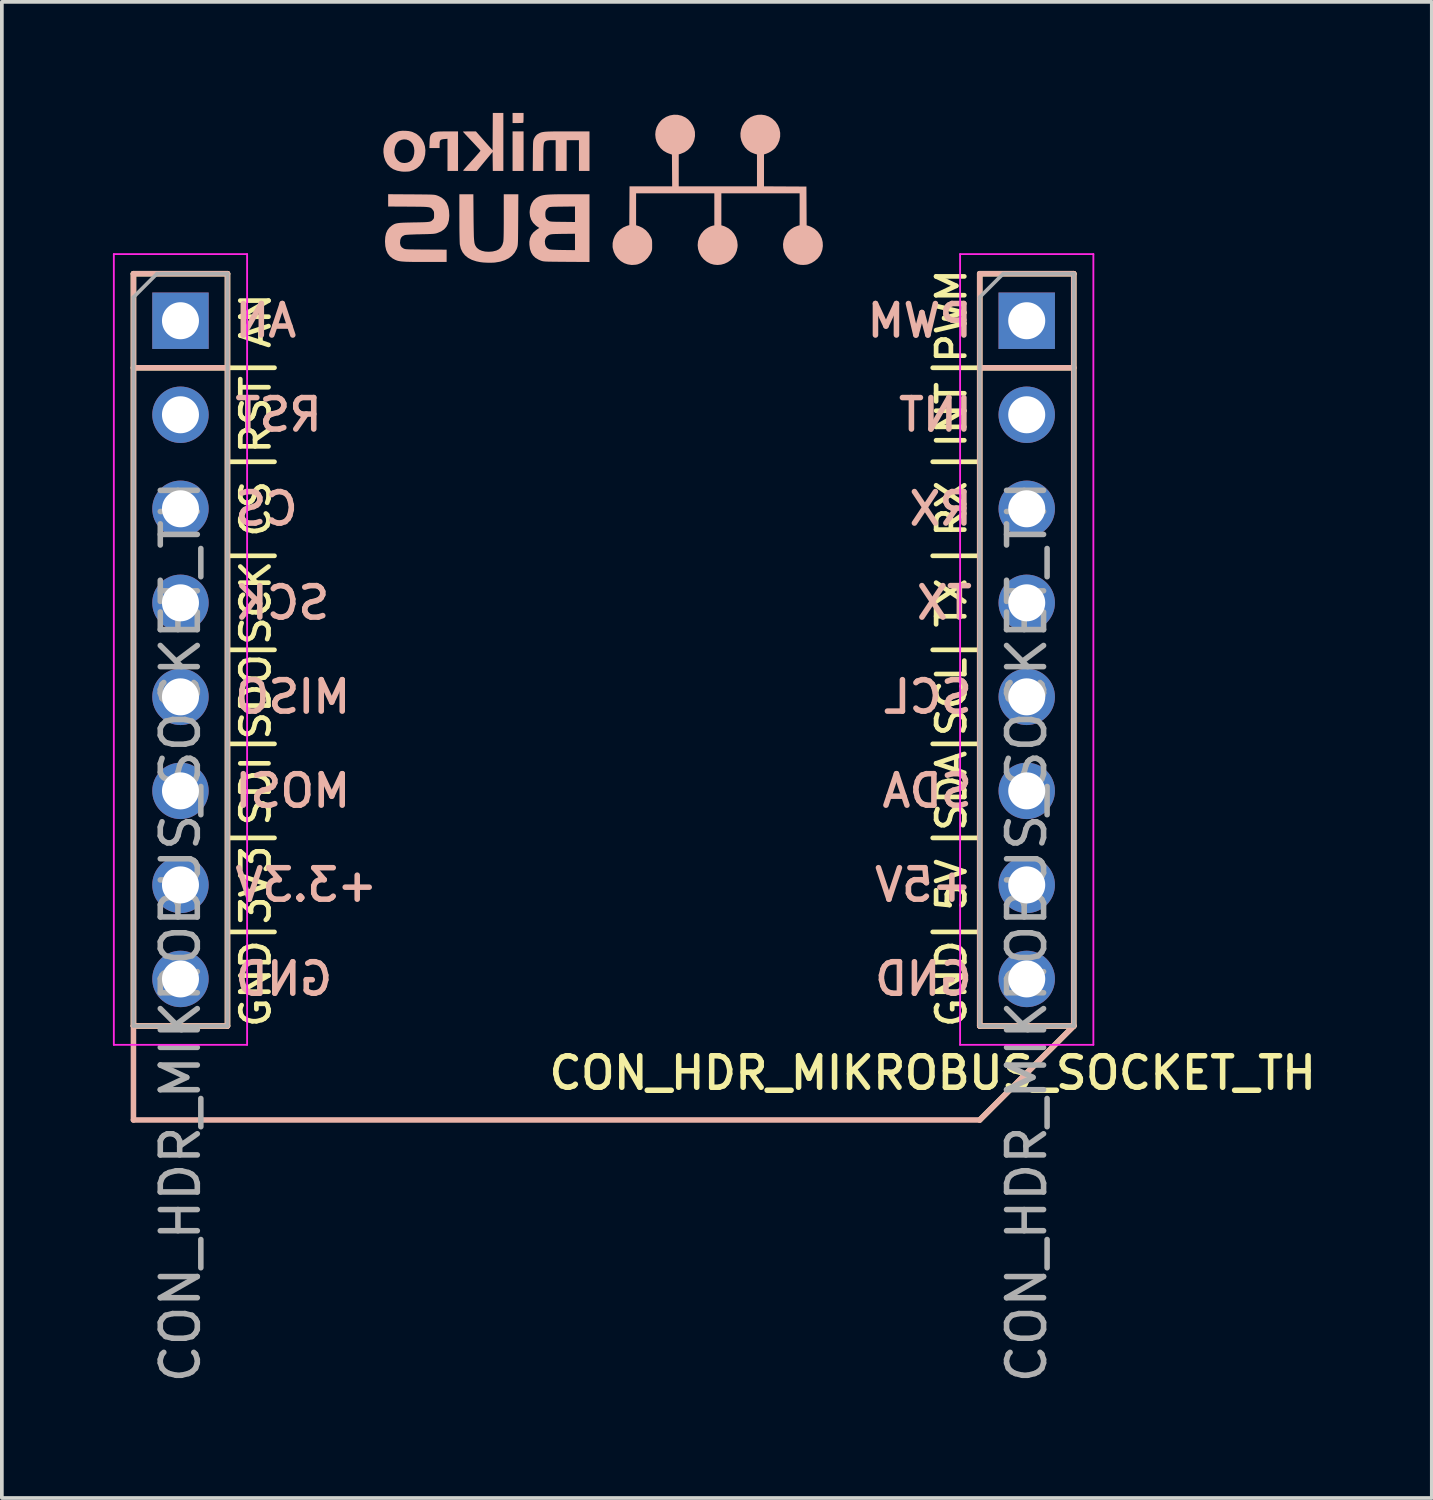
<source format=kicad_pcb>
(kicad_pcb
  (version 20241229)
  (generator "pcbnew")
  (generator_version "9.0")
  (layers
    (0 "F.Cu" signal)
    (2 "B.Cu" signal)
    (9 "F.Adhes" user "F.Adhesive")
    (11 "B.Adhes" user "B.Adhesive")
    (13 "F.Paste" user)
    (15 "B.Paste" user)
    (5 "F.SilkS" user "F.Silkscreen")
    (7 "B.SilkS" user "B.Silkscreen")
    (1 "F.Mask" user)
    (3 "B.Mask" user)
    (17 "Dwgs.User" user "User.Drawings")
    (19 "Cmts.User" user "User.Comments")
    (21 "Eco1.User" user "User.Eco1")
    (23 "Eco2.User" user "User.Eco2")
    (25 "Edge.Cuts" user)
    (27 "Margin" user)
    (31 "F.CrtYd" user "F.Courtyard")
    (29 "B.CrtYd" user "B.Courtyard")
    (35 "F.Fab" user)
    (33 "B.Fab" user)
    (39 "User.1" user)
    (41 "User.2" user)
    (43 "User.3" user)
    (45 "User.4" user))
  (footprint "CON_HDR_MIKROBUS_SOCKET_TH"
    (layer "F.Cu")
    (at 13.255 14.504)
    (property "Reference" "CON_HDR_MIKROBUS_SOCKET_TH" (at 8.89 11.43 0) (layer "F.SilkS") (effects (font (size 0.85 0.85) (thickness 0.15))))
    (attr through_hole exclude_from_pos_files exclude_from_bom)
    (fp_line (start -12.7 -10.16) (end -12.7 10.16) (stroke (width 0.15) (type solid)) (layer "F.SilkS"))
    (fp_line (start -12.7 -10.16) (end -10.16 -10.16) (stroke (width 0.15) (type solid)) (layer "F.SilkS"))
    (fp_line (start -12.7 -7.62) (end -10.16 -7.62) (stroke (width 0.15) (type solid)) (layer "F.SilkS"))
    (fp_line (start -12.7 10.16) (end -10.16 10.16) (stroke (width 0.15) (type solid)) (layer "F.SilkS"))
    (fp_line (start -10.16 -10.16) (end -10.16 10.16) (stroke (width 0.15) (type solid)) (layer "F.SilkS"))
    (fp_line (start -10.16 -7.62) (end -8.89 -7.62) (stroke (width 0.127) (type solid)) (layer "F.SilkS"))
    (fp_line (start -10.16 -5.08) (end -8.89 -5.08) (stroke (width 0.127) (type solid)) (layer "F.SilkS"))
    (fp_line (start -10.16 -2.54) (end -8.89 -2.54) (stroke (width 0.127) (type solid)) (layer "F.SilkS"))
    (fp_line (start -10.16 0) (end -8.89 0) (stroke (width 0.127) (type solid)) (layer "F.SilkS"))
    (fp_line (start -10.16 2.54) (end -8.89 2.54) (stroke (width 0.127) (type solid)) (layer "F.SilkS"))
    (fp_line (start -10.16 5.08) (end -8.89 5.08) (stroke (width 0.127) (type solid)) (layer "F.SilkS"))
    (fp_line (start -10.16 7.62) (end -8.89 7.62) (stroke (width 0.127) (type solid)) (layer "F.SilkS"))
    (fp_line (start 8.89 -7.62) (end 10.16 -7.62) (stroke (width 0.127) (type solid)) (layer "F.SilkS"))
    (fp_line (start 8.89 -5.08) (end 10.16 -5.08) (stroke (width 0.127) (type solid)) (layer "F.SilkS"))
    (fp_line (start 8.89 -2.54) (end 10.16 -2.54) (stroke (width 0.127) (type solid)) (layer "F.SilkS"))
    (fp_line (start 8.89 0) (end 10.16 0) (stroke (width 0.127) (type solid)) (layer "F.SilkS"))
    (fp_line (start 8.89 2.54) (end 10.16 2.54) (stroke (width 0.127) (type solid)) (layer "F.SilkS"))
    (fp_line (start 8.89 5.08) (end 10.16 5.08) (stroke (width 0.127) (type solid)) (layer "F.SilkS"))
    (fp_line (start 8.89 7.62) (end 10.16 7.62) (stroke (width 0.127) (type solid)) (layer "F.SilkS"))
    (fp_line (start 10.16 -10.16) (end 10.16 10.16) (stroke (width 0.15) (type solid)) (layer "F.SilkS"))
    (fp_line (start 10.16 -10.16) (end 12.7 -10.16) (stroke (width 0.15) (type solid)) (layer "F.SilkS"))
    (fp_line (start 10.16 -7.62) (end 12.7 -7.62) (stroke (width 0.15) (type solid)) (layer "F.SilkS"))
    (fp_line (start 10.16 10.16) (end 12.7 10.16) (stroke (width 0.15) (type solid)) (layer "F.SilkS"))
    (fp_line (start 12.7 -10.16) (end 12.7 10.16) (stroke (width 0.15) (type solid)) (layer "F.SilkS"))
    (fp_line (start 12.7 10.16) (end 10.16 12.7) (stroke (width 0.15) (type solid)) (layer "F.SilkS"))
    (fp_line (start -12.7 -10.16) (end -12.7 10.16) (stroke (width 0.15) (type solid)) (layer "B.SilkS"))
    (fp_line (start -12.7 12.7) (end -12.7 10.16) (stroke (width 0.15) (type solid)) (layer "B.SilkS"))
    (fp_line (start -10.16 -10.16) (end -12.7 -10.16) (stroke (width 0.15) (type solid)) (layer "B.SilkS"))
    (fp_line (start -10.16 -10.16) (end -10.16 10.16) (stroke (width 0.15) (type solid)) (layer "B.SilkS"))
    (fp_line (start -10.16 -7.62) (end -12.7 -7.62) (stroke (width 0.15) (type solid)) (layer "B.SilkS"))
    (fp_line (start -10.16 10.16) (end -12.7 10.16) (stroke (width 0.15) (type solid)) (layer "B.SilkS"))
    (fp_line (start 10.16 -10.16) (end 10.16 10.16) (stroke (width 0.15) (type solid)) (layer "B.SilkS"))
    (fp_line (start 10.16 12.7) (end -12.7 12.7) (stroke (width 0.15) (type solid)) (layer "B.SilkS"))
    (fp_line (start 12.7 -10.16) (end 10.16 -10.16) (stroke (width 0.15) (type solid)) (layer "B.SilkS"))
    (fp_line (start 12.7 -10.16) (end 12.7 10.16) (stroke (width 0.15) (type solid)) (layer "B.SilkS"))
    (fp_line (start 12.7 -7.62) (end 10.16 -7.62) (stroke (width 0.15) (type solid)) (layer "B.SilkS"))
    (fp_line (start 12.7 10.16) (end 10.16 10.16) (stroke (width 0.15) (type solid)) (layer "B.SilkS"))
    (fp_line (start 12.7 10.16) (end 10.16 12.7) (stroke (width 0.15) (type solid)) (layer "B.SilkS"))
    (fp_poly (pts (xy -2.459 -12.936) (xy -2.162 -12.936) (xy -2.162 -14.005) (xy -2.459 -14.005)) (stroke (width 0) (type solid)) (fill yes) (layer "B.SilkS"))
    (fp_poly (pts (xy -2.459 -14.23) (xy -2.319 -14.23) (xy -2.263 -14.231) (xy -2.216 -14.233) (xy -2.184 -14.235) (xy -2.17 -14.238) (xy -2.167 -14.253) (xy -2.164 -14.286) (xy -2.163 -14.332) (xy -2.162 -14.375) (xy -2.162 -14.504) (xy -2.459 -14.504)) (stroke (width 0) (type solid)) (fill yes) (layer "B.SilkS"))
    (fp_poly (pts (xy -4.214 -14.005) (xy -4.316 -14.004) (xy -4.398 -14.003) (xy -4.463 -14) (xy -4.513 -13.995) (xy -4.552 -13.988) (xy -4.582 -13.978) (xy -4.608 -13.965) (xy -4.623 -13.955) (xy -4.651 -13.932) (xy -4.671 -13.904) (xy -4.685 -13.868) (xy -4.694 -13.819) (xy -4.699 -13.752) (xy -4.701 -13.705) (xy -4.706 -13.554) (xy -4.43 -13.554) (xy -4.43 -13.647) (xy -4.428 -13.707) (xy -4.42 -13.747) (xy -4.402 -13.773) (xy -4.37 -13.787) (xy -4.321 -13.796) (xy -4.303 -13.797) (xy -4.217 -13.805) (xy -4.217 -12.936) (xy -3.932 -12.936) (xy -3.932 -14.005)) (stroke (width 0) (type solid)) (fill yes) (layer "B.SilkS"))
    (fp_poly (pts (xy -2.996 -13.999) (xy -2.999 -13.495) (xy -3.449 -14.005) (xy -3.625 -14.005) (xy -3.687 -14.004) (xy -3.739 -14.003) (xy -3.777 -14.002) (xy -3.798 -13.999) (xy -3.801 -13.998) (xy -3.793 -13.988) (xy -3.771 -13.964) (xy -3.736 -13.926) (xy -3.691 -13.878) (xy -3.638 -13.822) (xy -3.579 -13.759) (xy -3.563 -13.743) (xy -3.503 -13.679) (xy -3.448 -13.62) (xy -3.401 -13.569) (xy -3.363 -13.528) (xy -3.338 -13.498) (xy -3.326 -13.483) (xy -3.326 -13.482) (xy -3.334 -13.47) (xy -3.355 -13.443) (xy -3.389 -13.404) (xy -3.433 -13.354) (xy -3.485 -13.295) (xy -3.543 -13.231) (xy -3.555 -13.218) (xy -3.614 -13.152) (xy -3.669 -13.092) (xy -3.716 -13.04) (xy -3.753 -12.997) (xy -3.78 -12.967) (xy -3.793 -12.952) (xy -3.793 -12.951) (xy -3.792 -12.945) (xy -3.778 -12.941) (xy -3.749 -12.938) (xy -3.701 -12.937) (xy -3.634 -12.936) (xy -3.613 -12.936) (xy -3.424 -12.936) (xy -3.212 -13.192) (xy -2.999 -13.449) (xy -2.996 -13.192) (xy -2.993 -12.936) (xy -2.708 -12.936) (xy -2.708 -14.504) (xy -2.993 -14.504)) (stroke (width 0) (type solid)) (fill yes) (layer "B.SilkS"))
    (fp_poly (pts (xy -1.118 -14.005) (xy -1.24 -14.004) (xy -1.343 -14.004) (xy -1.429 -14.002) (xy -1.499 -14) (xy -1.556 -13.997) (xy -1.602 -13.993) (xy -1.64 -13.987) (xy -1.671 -13.981) (xy -1.698 -13.973) (xy -1.722 -13.963) (xy -1.746 -13.951) (xy -1.747 -13.951) (xy -1.8 -13.919) (xy -1.839 -13.879) (xy -1.872 -13.825) (xy -1.88 -13.809) (xy -1.887 -13.792) (xy -1.893 -13.776) (xy -1.898 -13.756) (xy -1.901 -13.732) (xy -1.904 -13.699) (xy -1.906 -13.656) (xy -1.907 -13.599) (xy -1.909 -13.527) (xy -1.91 -13.435) (xy -1.91 -13.343) (xy -1.914 -12.936) (xy -1.628 -12.936) (xy -1.628 -13.293) (xy -1.628 -13.405) (xy -1.627 -13.496) (xy -1.625 -13.568) (xy -1.621 -13.623) (xy -1.616 -13.665) (xy -1.609 -13.695) (xy -1.598 -13.717) (xy -1.585 -13.732) (xy -1.568 -13.742) (xy -1.551 -13.75) (xy -1.512 -13.76) (xy -1.454 -13.766) (xy -1.403 -13.767) (xy -1.295 -13.767) (xy -1.295 -12.936) (xy -0.998 -12.936) (xy -0.998 -13.767) (xy -0.666 -13.767) (xy -0.666 -12.936) (xy -0.381 -12.936) (xy -0.381 -14.005) (xy -0.974 -14.005)) (stroke (width 0) (type solid)) (fill yes) (layer "B.SilkS"))
    (fp_poly (pts (xy -5.506 -14.015) (xy -5.552 -14.006) (xy -5.659 -13.965) (xy -5.751 -13.906) (xy -5.827 -13.831) (xy -5.886 -13.743) (xy -5.926 -13.642) (xy -5.946 -13.531) (xy -5.947 -13.435) (xy -5.929 -13.314) (xy -5.893 -13.208) (xy -5.839 -13.116) (xy -5.768 -13.041) (xy -5.681 -12.983) (xy -5.579 -12.943) (xy -5.462 -12.921) (xy -5.41 -12.917) (xy -5.352 -12.917) (xy -5.298 -12.919) (xy -5.254 -12.922) (xy -5.239 -12.924) (xy -5.134 -12.958) (xy -5.04 -13.012) (xy -4.96 -13.082) (xy -4.895 -13.169) (xy -4.848 -13.268) (xy -4.82 -13.378) (xy -4.814 -13.481) (xy -5.112 -13.481) (xy -5.118 -13.397) (xy -5.138 -13.318) (xy -5.172 -13.25) (xy -5.194 -13.223) (xy -5.245 -13.183) (xy -5.309 -13.159) (xy -5.379 -13.15) (xy -5.448 -13.158) (xy -5.5 -13.177) (xy -5.56 -13.222) (xy -5.606 -13.282) (xy -5.636 -13.355) (xy -5.651 -13.435) (xy -5.648 -13.52) (xy -5.628 -13.606) (xy -5.613 -13.643) (xy -5.573 -13.705) (xy -5.521 -13.75) (xy -5.459 -13.778) (xy -5.393 -13.789) (xy -5.326 -13.784) (xy -5.262 -13.761) (xy -5.205 -13.722) (xy -5.159 -13.666) (xy -5.145 -13.639) (xy -5.121 -13.564) (xy -5.112 -13.481) (xy -4.814 -13.481) (xy -4.813 -13.494) (xy -4.827 -13.604) (xy -4.86 -13.706) (xy -4.912 -13.798) (xy -4.98 -13.877) (xy -5.063 -13.941) (xy -5.16 -13.988) (xy -5.199 -14) (xy -5.268 -14.014) (xy -5.349 -14.021) (xy -5.431 -14.022)) (stroke (width 0) (type solid)) (fill yes) (layer "B.SilkS"))
    (fp_poly (pts (xy -2.697 -11.696) (xy -2.697 -11.528) (xy -2.698 -11.384) (xy -2.699 -11.264) (xy -2.701 -11.167) (xy -2.704 -11.094) (xy -2.707 -11.045) (xy -2.71 -11.022) (xy -2.735 -10.938) (xy -2.774 -10.872) (xy -2.826 -10.822) (xy -2.896 -10.786) (xy -2.984 -10.764) (xy -3.005 -10.76) (xy -3.106 -10.753) (xy -3.202 -10.759) (xy -3.288 -10.779) (xy -3.361 -10.811) (xy -3.418 -10.855) (xy -3.437 -10.878) (xy -3.451 -10.899) (xy -3.464 -10.921) (xy -3.474 -10.944) (xy -3.483 -10.971) (xy -3.49 -11.004) (xy -3.495 -11.046) (xy -3.5 -11.097) (xy -3.504 -11.16) (xy -3.506 -11.238) (xy -3.508 -11.331) (xy -3.51 -11.443) (xy -3.512 -11.575) (xy -3.513 -11.686) (xy -3.518 -12.307) (xy -3.896 -12.307) (xy -3.896 -11.668) (xy -3.895 -11.537) (xy -3.895 -11.413) (xy -3.894 -11.298) (xy -3.892 -11.196) (xy -3.89 -11.107) (xy -3.888 -11.035) (xy -3.886 -10.982) (xy -3.884 -10.95) (xy -3.883 -10.947) (xy -3.857 -10.837) (xy -3.811 -10.741) (xy -3.746 -10.658) (xy -3.661 -10.589) (xy -3.558 -10.534) (xy -3.436 -10.494) (xy -3.327 -10.472) (xy -3.248 -10.463) (xy -3.157 -10.458) (xy -3.062 -10.456) (xy -2.975 -10.459) (xy -2.934 -10.462) (xy -2.795 -10.485) (xy -2.671 -10.524) (xy -2.564 -10.577) (xy -2.475 -10.645) (xy -2.403 -10.727) (xy -2.351 -10.821) (xy -2.337 -10.857) (xy -2.332 -10.874) (xy -2.327 -10.891) (xy -2.323 -10.91) (xy -2.32 -10.933) (xy -2.317 -10.961) (xy -2.315 -10.998) (xy -2.313 -11.044) (xy -2.312 -11.103) (xy -2.311 -11.175) (xy -2.31 -11.264) (xy -2.309 -11.37) (xy -2.308 -11.496) (xy -2.307 -11.621) (xy -2.303 -12.307) (xy -2.697 -12.307)) (stroke (width 0) (type solid)) (fill yes) (layer "B.SilkS"))
    (fp_poly (pts (xy -1.085 -12.307) (xy -1.216 -12.306) (xy -1.328 -12.304) (xy -1.423 -12.301) (xy -1.502 -12.297) (xy -1.569 -12.291) (xy -1.625 -12.283) (xy -1.672 -12.273) (xy -1.712 -12.26) (xy -1.749 -12.245) (xy -1.783 -12.226) (xy -1.817 -12.205) (xy -1.827 -12.198) (xy -1.893 -12.138) (xy -1.943 -12.062) (xy -1.978 -11.971) (xy -1.995 -11.866) (xy -1.998 -11.814) (xy -1.987 -11.71) (xy -1.955 -11.616) (xy -1.902 -11.532) (xy -1.828 -11.459) (xy -1.789 -11.431) (xy -1.737 -11.397) (xy -1.816 -11.344) (xy -1.894 -11.28) (xy -1.951 -11.207) (xy -1.988 -11.122) (xy -2.005 -11.026) (xy -2.004 -10.942) (xy -1.989 -10.829) (xy -1.957 -10.733) (xy -1.908 -10.654) (xy -1.841 -10.589) (xy -1.755 -10.538) (xy -1.688 -10.511) (xy -1.67 -10.505) (xy -1.652 -10.5) (xy -1.632 -10.496) (xy -1.608 -10.493) (xy -1.577 -10.49) (xy -1.538 -10.488) (xy -1.488 -10.486) (xy -1.425 -10.485) (xy -1.347 -10.484) (xy -1.252 -10.483) (xy -1.138 -10.482) (xy -1.002 -10.481) (xy -0.996 -10.481) (xy -0.381 -10.477) (xy -0.381 -11.24) (xy -0.773 -11.24) (xy -0.773 -10.797) (xy -1.102 -10.801) (xy -1.216 -10.803) (xy -1.307 -10.806) (xy -1.377 -10.809) (xy -1.427 -10.813) (xy -1.458 -10.818) (xy -1.468 -10.821) (xy -1.524 -10.856) (xy -1.562 -10.906) (xy -1.58 -10.959) (xy -1.587 -11.036) (xy -1.574 -11.103) (xy -1.542 -11.158) (xy -1.491 -11.198) (xy -1.475 -11.206) (xy -1.457 -11.214) (xy -1.438 -11.22) (xy -1.415 -11.224) (xy -1.385 -11.228) (xy -1.344 -11.231) (xy -1.289 -11.233) (xy -1.218 -11.234) (xy -1.128 -11.236) (xy -1.096 -11.236) (xy -0.773 -11.24) (xy -0.381 -11.24) (xy -0.381 -11.976) (xy -0.773 -11.976) (xy -0.773 -11.557) (xy -1.108 -11.561) (xy -1.207 -11.562) (xy -1.285 -11.563) (xy -1.345 -11.565) (xy -1.39 -11.567) (xy -1.423 -11.57) (xy -1.447 -11.574) (xy -1.464 -11.579) (xy -1.478 -11.585) (xy -1.484 -11.588) (xy -1.528 -11.62) (xy -1.556 -11.656) (xy -1.57 -11.702) (xy -1.574 -11.765) (xy -1.574 -11.766) (xy -1.571 -11.827) (xy -1.558 -11.872) (xy -1.533 -11.909) (xy -1.493 -11.944) (xy -1.482 -11.951) (xy -1.469 -11.957) (xy -1.452 -11.961) (xy -1.427 -11.964) (xy -1.392 -11.967) (xy -1.344 -11.969) (xy -1.28 -11.97) (xy -1.197 -11.971) (xy -1.116 -11.972) (xy -0.773 -11.976) (xy -0.381 -11.976) (xy -0.381 -12.307) (xy -0.932 -12.307)) (stroke (width 0) (type solid)) (fill yes) (layer "B.SilkS"))
    (fp_poly (pts (xy -5.82 -11.975) (xy -5.276 -11.972) (xy -5.142 -11.971) (xy -5.029 -11.97) (xy -4.935 -11.969) (xy -4.859 -11.967) (xy -4.798 -11.964) (xy -4.751 -11.959) (xy -4.714 -11.954) (xy -4.685 -11.946) (xy -4.664 -11.936) (xy -4.647 -11.924) (xy -4.633 -11.909) (xy -4.618 -11.891) (xy -4.611 -11.881) (xy -4.594 -11.857) (xy -4.584 -11.833) (xy -4.58 -11.801) (xy -4.579 -11.753) (xy -4.579 -11.748) (xy -4.58 -11.699) (xy -4.583 -11.667) (xy -4.591 -11.646) (xy -4.606 -11.627) (xy -4.608 -11.624) (xy -4.626 -11.606) (xy -4.642 -11.591) (xy -4.66 -11.579) (xy -4.682 -11.57) (xy -4.71 -11.563) (xy -4.748 -11.558) (xy -4.798 -11.554) (xy -4.863 -11.551) (xy -4.944 -11.549) (xy -5.044 -11.547) (xy -5.125 -11.546) (xy -5.246 -11.543) (xy -5.345 -11.541) (xy -5.426 -11.538) (xy -5.492 -11.534) (xy -5.544 -11.528) (xy -5.587 -11.521) (xy -5.622 -11.512) (xy -5.652 -11.501) (xy -5.68 -11.486) (xy -5.708 -11.469) (xy -5.72 -11.461) (xy -5.789 -11.403) (xy -5.84 -11.334) (xy -5.877 -11.251) (xy -5.898 -11.152) (xy -5.905 -11.035) (xy -5.905 -11.03) (xy -5.897 -10.906) (xy -5.873 -10.799) (xy -5.833 -10.709) (xy -5.776 -10.634) (xy -5.702 -10.574) (xy -5.63 -10.535) (xy -5.6 -10.523) (xy -5.57 -10.512) (xy -5.537 -10.504) (xy -5.499 -10.497) (xy -5.455 -10.491) (xy -5.401 -10.487) (xy -5.336 -10.483) (xy -5.257 -10.481) (xy -5.163 -10.479) (xy -5.05 -10.478) (xy -4.918 -10.478) (xy -4.821 -10.478) (xy -4.24 -10.478) (xy -4.24 -10.81) (xy -4.795 -10.813) (xy -4.925 -10.814) (xy -5.033 -10.815) (xy -5.121 -10.816) (xy -5.193 -10.817) (xy -5.249 -10.818) (xy -5.293 -10.82) (xy -5.327 -10.822) (xy -5.352 -10.825) (xy -5.371 -10.829) (xy -5.386 -10.834) (xy -5.399 -10.839) (xy -5.405 -10.842) (xy -5.455 -10.876) (xy -5.486 -10.924) (xy -5.499 -10.987) (xy -5.499 -11.002) (xy -5.492 -11.076) (xy -5.471 -11.132) (xy -5.434 -11.173) (xy -5.38 -11.2) (xy -5.37 -11.204) (xy -5.346 -11.208) (xy -5.3 -11.212) (xy -5.236 -11.216) (xy -5.155 -11.219) (xy -5.06 -11.223) (xy -4.953 -11.225) (xy -4.947 -11.226) (xy -4.841 -11.228) (xy -4.755 -11.23) (xy -4.688 -11.233) (xy -4.635 -11.235) (xy -4.594 -11.238) (xy -4.562 -11.242) (xy -4.535 -11.247) (xy -4.511 -11.253) (xy -4.488 -11.261) (xy -4.485 -11.262) (xy -4.387 -11.304) (xy -4.308 -11.359) (xy -4.248 -11.426) (xy -4.205 -11.508) (xy -4.179 -11.605) (xy -4.168 -11.72) (xy -4.168 -11.743) (xy -4.176 -11.87) (xy -4.2 -11.98) (xy -4.241 -12.074) (xy -4.299 -12.152) (xy -4.375 -12.214) (xy -4.468 -12.262) (xy -4.5 -12.274) (xy -4.518 -12.28) (xy -4.536 -12.285) (xy -4.555 -12.289) (xy -4.579 -12.292) (xy -4.609 -12.295) (xy -4.647 -12.297) (xy -4.695 -12.299) (xy -4.756 -12.3) (xy -4.832 -12.301) (xy -4.925 -12.302) (xy -5.036 -12.303) (xy -5.169 -12.304) (xy -5.199 -12.304) (xy -5.82 -12.308)) (stroke (width 0) (type solid)) (fill yes) (layer "B.SilkS"))
    (fp_poly (pts (xy 4.164 -14.452) (xy 4.066 -14.43) (xy 3.972 -14.39) (xy 3.887 -14.331) (xy 3.813 -14.255) (xy 3.753 -14.162) (xy 3.751 -14.159) (xy 3.713 -14.058) (xy 3.696 -13.955) (xy 3.699 -13.852) (xy 3.722 -13.752) (xy 3.762 -13.658) (xy 3.819 -13.573) (xy 3.891 -13.5) (xy 3.977 -13.442) (xy 4.074 -13.402) (xy 4.143 -13.381) (xy 4.143 -12.951) (xy 4.143 -12.521) (xy 2.03 -12.521) (xy 2.03 -13.384) (xy 2.08 -13.398) (xy 2.185 -13.441) (xy 2.276 -13.502) (xy 2.351 -13.578) (xy 2.409 -13.667) (xy 2.449 -13.767) (xy 2.469 -13.876) (xy 2.467 -13.991) (xy 2.467 -13.991) (xy 2.446 -14.081) (xy 2.406 -14.17) (xy 2.351 -14.254) (xy 2.284 -14.327) (xy 2.21 -14.381) (xy 2.109 -14.428) (xy 2.003 -14.452) (xy 1.896 -14.455) (xy 1.79 -14.436) (xy 1.69 -14.397) (xy 1.597 -14.338) (xy 1.548 -14.294) (xy 1.48 -14.209) (xy 1.432 -14.116) (xy 1.404 -14.018) (xy 1.395 -13.919) (xy 1.405 -13.819) (xy 1.432 -13.723) (xy 1.477 -13.634) (xy 1.538 -13.553) (xy 1.615 -13.483) (xy 1.708 -13.429) (xy 1.767 -13.405) (xy 1.846 -13.378) (xy 1.852 -12.521) (xy 0.7 -12.521) (xy 0.697 -11.997) (xy 0.694 -11.473) (xy 0.628 -11.453) (xy 0.529 -11.41) (xy 0.441 -11.35) (xy 0.366 -11.275) (xy 0.307 -11.188) (xy 0.266 -11.092) (xy 0.244 -10.99) (xy 0.243 -10.885) (xy 0.247 -10.854) (xy 0.276 -10.746) (xy 0.324 -10.65) (xy 0.389 -10.566) (xy 0.467 -10.498) (xy 0.557 -10.445) (xy 0.655 -10.411) (xy 0.76 -10.396) (xy 0.869 -10.403) (xy 0.92 -10.413) (xy 1.02 -10.451) (xy 1.111 -10.51) (xy 1.19 -10.586) (xy 1.254 -10.677) (xy 1.267 -10.702) (xy 1.286 -10.741) (xy 1.298 -10.771) (xy 1.306 -10.8) (xy 1.31 -10.834) (xy 1.311 -10.878) (xy 1.311 -10.935) (xy 1.311 -10.996) (xy 1.309 -11.041) (xy 1.305 -11.074) (xy 1.297 -11.103) (xy 1.284 -11.133) (xy 1.274 -11.155) (xy 1.216 -11.251) (xy 1.142 -11.333) (xy 1.055 -11.398) (xy 0.959 -11.443) (xy 0.944 -11.448) (xy 0.878 -11.469) (xy 0.878 -12.331) (xy 2.991 -12.331) (xy 2.991 -11.466) (xy 2.953 -11.459) (xy 2.891 -11.44) (xy 2.822 -11.407) (xy 2.756 -11.364) (xy 2.701 -11.317) (xy 2.63 -11.231) (xy 2.58 -11.135) (xy 2.55 -11.034) (xy 2.541 -10.93) (xy 2.552 -10.826) (xy 2.584 -10.726) (xy 2.636 -10.631) (xy 2.706 -10.549) (xy 2.791 -10.481) (xy 2.883 -10.433) (xy 2.979 -10.405) (xy 3.077 -10.396) (xy 3.174 -10.405) (xy 3.267 -10.431) (xy 3.354 -10.472) (xy 3.434 -10.528) (xy 3.502 -10.598) (xy 3.557 -10.68) (xy 3.596 -10.774) (xy 3.618 -10.878) (xy 3.621 -10.936) (xy 3.609 -11.043) (xy 3.577 -11.145) (xy 3.525 -11.238) (xy 3.457 -11.32) (xy 3.373 -11.387) (xy 3.278 -11.436) (xy 3.245 -11.448) (xy 3.181 -11.468) (xy 3.181 -12.331) (xy 5.295 -12.331) (xy 5.295 -11.9) (xy 5.295 -11.47) (xy 5.226 -11.449) (xy 5.142 -11.415) (xy 5.061 -11.363) (xy 4.989 -11.299) (xy 4.956 -11.26) (xy 4.898 -11.163) (xy 4.862 -11.062) (xy 4.847 -10.959) (xy 4.852 -10.857) (xy 4.876 -10.759) (xy 4.917 -10.667) (xy 4.976 -10.583) (xy 5.051 -10.512) (xy 5.141 -10.454) (xy 5.246 -10.413) (xy 5.254 -10.411) (xy 5.321 -10.4) (xy 5.398 -10.397) (xy 5.474 -10.403) (xy 5.521 -10.412) (xy 5.616 -10.449) (xy 5.705 -10.504) (xy 5.783 -10.572) (xy 5.844 -10.649) (xy 5.869 -10.695) (xy 5.907 -10.8) (xy 5.923 -10.907) (xy 5.918 -11.014) (xy 5.893 -11.116) (xy 5.848 -11.211) (xy 5.785 -11.296) (xy 5.705 -11.367) (xy 5.683 -11.382) (xy 5.636 -11.41) (xy 5.585 -11.434) (xy 5.549 -11.448) (xy 5.485 -11.468) (xy 5.482 -11.991) (xy 5.479 -12.515) (xy 4.906 -12.518) (xy 4.333 -12.521) (xy 4.333 -13.383) (xy 4.398 -13.403) (xy 4.457 -13.428) (xy 4.521 -13.464) (xy 4.581 -13.506) (xy 4.63 -13.549) (xy 4.641 -13.562) (xy 4.704 -13.656) (xy 4.747 -13.757) (xy 4.769 -13.862) (xy 4.77 -13.968) (xy 4.75 -14.072) (xy 4.71 -14.171) (xy 4.648 -14.262) (xy 4.636 -14.276) (xy 4.554 -14.351) (xy 4.463 -14.406) (xy 4.365 -14.441) (xy 4.265 -14.456)) (stroke (width 0) (type solid)) (fill yes) (layer "B.SilkS"))
    (fp_line (start -13.23 -10.69) (end -13.23 10.67) (stroke (width 0.05) (type solid)) (layer "F.CrtYd"))
    (fp_line (start -13.23 10.67) (end -9.63 10.67) (stroke (width 0.05) (type solid)) (layer "F.CrtYd"))
    (fp_line (start -9.63 -10.69) (end -13.23 -10.69) (stroke (width 0.05) (type solid)) (layer "F.CrtYd"))
    (fp_line (start -9.63 10.67) (end -9.63 -10.69) (stroke (width 0.05) (type solid)) (layer "F.CrtYd"))
    (fp_line (start 9.63 -10.69) (end 9.63 10.67) (stroke (width 0.05) (type solid)) (layer "F.CrtYd"))
    (fp_line (start 9.63 10.67) (end 13.23 10.67) (stroke (width 0.05) (type solid)) (layer "F.CrtYd"))
    (fp_line (start 13.23 -10.69) (end 9.63 -10.69) (stroke (width 0.05) (type solid)) (layer "F.CrtYd"))
    (fp_line (start 13.23 10.67) (end 13.23 -10.69) (stroke (width 0.05) (type solid)) (layer "F.CrtYd"))
    (fp_line (start -12.7 -9.525) (end -12.065 -10.16) (stroke (width 0.1) (type solid)) (layer "F.Fab"))
    (fp_line (start -12.7 10.16) (end -12.7 -9.525) (stroke (width 0.1) (type solid)) (layer "F.Fab"))
    (fp_line (start -12.065 -10.16) (end -10.16 -10.16) (stroke (width 0.1) (type solid)) (layer "F.Fab"))
    (fp_line (start -10.16 -10.16) (end -10.16 10.16) (stroke (width 0.1) (type solid)) (layer "F.Fab"))
    (fp_line (start -10.16 10.16) (end -12.7 10.16) (stroke (width 0.1) (type solid)) (layer "F.Fab"))
    (fp_line (start 10.16 -9.525) (end 10.795 -10.16) (stroke (width 0.1) (type solid)) (layer "F.Fab"))
    (fp_line (start 10.16 10.16) (end 10.16 -9.525) (stroke (width 0.1) (type solid)) (layer "F.Fab"))
    (fp_line (start 10.795 -10.16) (end 12.7 -10.16) (stroke (width 0.1) (type solid)) (layer "F.Fab"))
    (fp_line (start 12.7 -10.16) (end 12.7 10.16) (stroke (width 0.1) (type solid)) (layer "F.Fab"))
    (fp_line (start 12.7 10.16) (end 10.16 10.16) (stroke (width 0.1) (type solid)) (layer "F.Fab"))
    (fp_text user "SCL" (at 9.398 1.27 90) (unlocked yes) (layer "F.SilkS") (effects (font (size 0.762 0.762) (thickness 0.127))))
    (fp_text user "INT" (at 9.398 -6.35 90) (unlocked yes) (layer "F.SilkS") (effects (font (size 0.762 0.762) (thickness 0.127))))
    (fp_text user "PWM" (at 9.398 -9.017 90) (unlocked yes) (layer "F.SilkS") (effects (font (size 0.762 0.762) (thickness 0.127))))
    (fp_text user "SDI" (at -9.398 3.81 90) (unlocked yes) (layer "F.SilkS") (effects (font (size 0.762 0.762) (thickness 0.127))))
    (fp_text user "5V" (at 9.398 6.35 90) (unlocked yes) (layer "F.SilkS") (effects (font (size 0.762 0.762) (thickness 0.127))))
    (fp_text user "SDA" (at 9.398 3.81 90) (unlocked yes) (layer "F.SilkS") (effects (font (size 0.762 0.762) (thickness 0.127))))
    (fp_text user "3V3" (at -9.398 6.35 90) (unlocked yes) (layer "F.SilkS") (effects (font (size 0.762 0.762) (thickness 0.127))))
    (fp_text user "RST" (at -9.398 -6.35 90) (unlocked yes) (layer "F.SilkS") (effects (font (size 0.762 0.762) (thickness 0.127))))
    (fp_text user "GND" (at 9.398 9.017 90) (unlocked yes) (layer "F.SilkS") (effects (font (size 0.762 0.762) (thickness 0.127))))
    (fp_text user "RX" (at 9.398 -3.81 90) (unlocked yes) (layer "F.SilkS") (effects (font (size 0.762 0.762) (thickness 0.127))))
    (fp_text user "SDO" (at -9.398 1.27 90) (unlocked yes) (layer "F.SilkS") (effects (font (size 0.762 0.762) (thickness 0.127))))
    (fp_text user "GND" (at -9.398 9.017 90) (unlocked yes) (layer "F.SilkS") (effects (font (size 0.762 0.762) (thickness 0.127))))
    (fp_text user "AN" (at -9.398 -8.89 90) (unlocked yes) (layer "F.SilkS") (effects (font (size 0.762 0.762) (thickness 0.127))))
    (fp_text user "CS" (at -9.398 -3.81 90) (unlocked yes) (layer "F.SilkS") (effects (font (size 0.762 0.762) (thickness 0.127))))
    (fp_text user "SCK" (at -9.398 -1.27 90) (unlocked yes) (layer "F.SilkS") (effects (font (size 0.762 0.762) (thickness 0.127))))
    (fp_text user "TX" (at 9.398 -1.27 90) (unlocked yes) (layer "F.SilkS") (effects (font (size 0.762 0.762) (thickness 0.127))))
    (fp_text user "PWM" (at 10.033 -8.89 0) (unlocked yes) (layer "B.SilkS") (effects (font (size 0.85 0.85) (thickness 0.15)) (justify left mirror)))
    (fp_text user "MOSI" (at -10.033 3.81 0) (unlocked yes) (layer "B.SilkS") (effects (font (size 0.85 0.85) (thickness 0.15)) (justify right mirror)))
    (fp_text user "MISO" (at -10.033 1.27 0) (unlocked yes) (layer "B.SilkS") (effects (font (size 0.85 0.85) (thickness 0.15)) (justify right mirror)))
    (fp_text user "TX" (at 10.033 -1.27 0) (unlocked yes) (layer "B.SilkS") (effects (font (size 0.85 0.85) (thickness 0.15)) (justify left mirror)))
    (fp_text user "+5V" (at 10.033 6.35 0) (unlocked yes) (layer "B.SilkS") (effects (font (size 0.85 0.85) (thickness 0.15)) (justify left mirror)))
    (fp_text user "GND" (at -10.033 8.89 0) (unlocked yes) (layer "B.SilkS") (effects (font (size 0.85 0.85) (thickness 0.15)) (justify right mirror)))
    (fp_text user "AN" (at -10.033 -8.89 0) (unlocked yes) (layer "B.SilkS") (effects (font (size 0.85 0.85) (thickness 0.15)) (justify right mirror)))
    (fp_text user "RX" (at 10.033 -3.81 0) (unlocked yes) (layer "B.SilkS") (effects (font (size 0.85 0.85) (thickness 0.15)) (justify left mirror)))
    (fp_text user "+3.3V" (at -10.033 6.35 0) (unlocked yes) (layer "B.SilkS") (effects (font (size 0.85 0.85) (thickness 0.15)) (justify right mirror)))
    (fp_text user "RST" (at -10.033 -6.35 0) (unlocked yes) (layer "B.SilkS") (effects (font (size 0.85 0.85) (thickness 0.15)) (justify right mirror)))
    (fp_text user "CS" (at -10.033 -3.81 0) (unlocked yes) (layer "B.SilkS") (effects (font (size 0.85 0.85) (thickness 0.15)) (justify right mirror)))
    (fp_text user "SCK" (at -10.033 -1.27 0) (unlocked yes) (layer "B.SilkS") (effects (font (size 0.85 0.85) (thickness 0.15)) (justify right mirror)))
    (fp_text user "INT" (at 10.033 -6.35 0) (unlocked yes) (layer "B.SilkS") (effects (font (size 0.85 0.85) (thickness 0.15)) (justify left mirror)))
    (fp_text user "SCL" (at 10.033 1.27 0) (unlocked yes) (layer "B.SilkS") (effects (font (size 0.85 0.85) (thickness 0.15)) (justify left mirror)))
    (fp_text user "SDA" (at 10.033 3.81 0) (unlocked yes) (layer "B.SilkS") (effects (font (size 0.85 0.85) (thickness 0.15)) (justify left mirror)))
    (fp_text user "GND" (at 10.033 8.89 0) (unlocked yes) (layer "B.SilkS") (effects (font (size 0.85 0.85) (thickness 0.15)) (justify left mirror)))
    (fp_text user "${REFERENCE}" (at 11.43 7.62 90) (layer "F.Fab") (effects (font (size 1 1) (thickness 0.15))))
    (fp_text user "${REFERENCE}" (at -11.43 7.62 90) (layer "F.Fab") (effects (font (size 1 1) (thickness 0.15))))
    (pad "1" thru_hole rect (at -11.43 -8.89) (size 1.524 1.524) (drill 1) (layers "*.Cu" "*.Mask"))
    (pad "2" thru_hole circle (at -11.43 -6.35) (size 1.524 1.524) (drill 1) (layers "*.Cu" "*.Mask"))
    (pad "3" thru_hole circle (at -11.43 -3.81) (size 1.524 1.524) (drill 1) (layers "*.Cu" "*.Mask"))
    (pad "4" thru_hole circle (at -11.43 -1.27) (size 1.524 1.524) (drill 1) (layers "*.Cu" "*.Mask"))
    (pad "5" thru_hole circle (at -11.43 1.27) (size 1.524 1.524) (drill 1) (layers "*.Cu" "*.Mask"))
    (pad "6" thru_hole circle (at -11.43 3.81) (size 1.524 1.524) (drill 1) (layers "*.Cu" "*.Mask"))
    (pad "7" thru_hole circle (at -11.43 6.35) (size 1.524 1.524) (drill 1) (layers "*.Cu" "*.Mask"))
    (pad "8" thru_hole circle (at -11.43 8.89) (size 1.524 1.524) (drill 1) (layers "*.Cu" "*.Mask"))
    (pad "9" thru_hole rect (at 11.43 -8.89) (size 1.524 1.524) (drill 1) (layers "*.Cu" "*.Mask"))
    (pad "10" thru_hole circle (at 11.43 -6.35) (size 1.524 1.524) (drill 1) (layers "*.Cu" "*.Mask"))
    (pad "11" thru_hole circle (at 11.43 -3.81) (size 1.524 1.524) (drill 1) (layers "*.Cu" "*.Mask"))
    (pad "12" thru_hole circle (at 11.43 -1.27) (size 1.524 1.524) (drill 1) (layers "*.Cu" "*.Mask"))
    (pad "13" thru_hole circle (at 11.43 1.27) (size 1.524 1.524) (drill 1) (layers "*.Cu" "*.Mask"))
    (pad "14" thru_hole circle (at 11.43 3.81) (size 1.524 1.524) (drill 1) (layers "*.Cu" "*.Mask"))
    (pad "15" thru_hole circle (at 11.43 6.35) (size 1.524 1.524) (drill 1) (layers "*.Cu" "*.Mask"))
    (pad "16" thru_hole circle (at 11.43 8.89) (size 1.524 1.524) (drill 1) (layers "*.Cu" "*.Mask")))
  (gr_rect
    (start -3 -3)
    (end 35.627 37.415)
    (stroke (width 0.1) (type default))
    (fill no)
    (layer "Edge.Cuts")))
</source>
